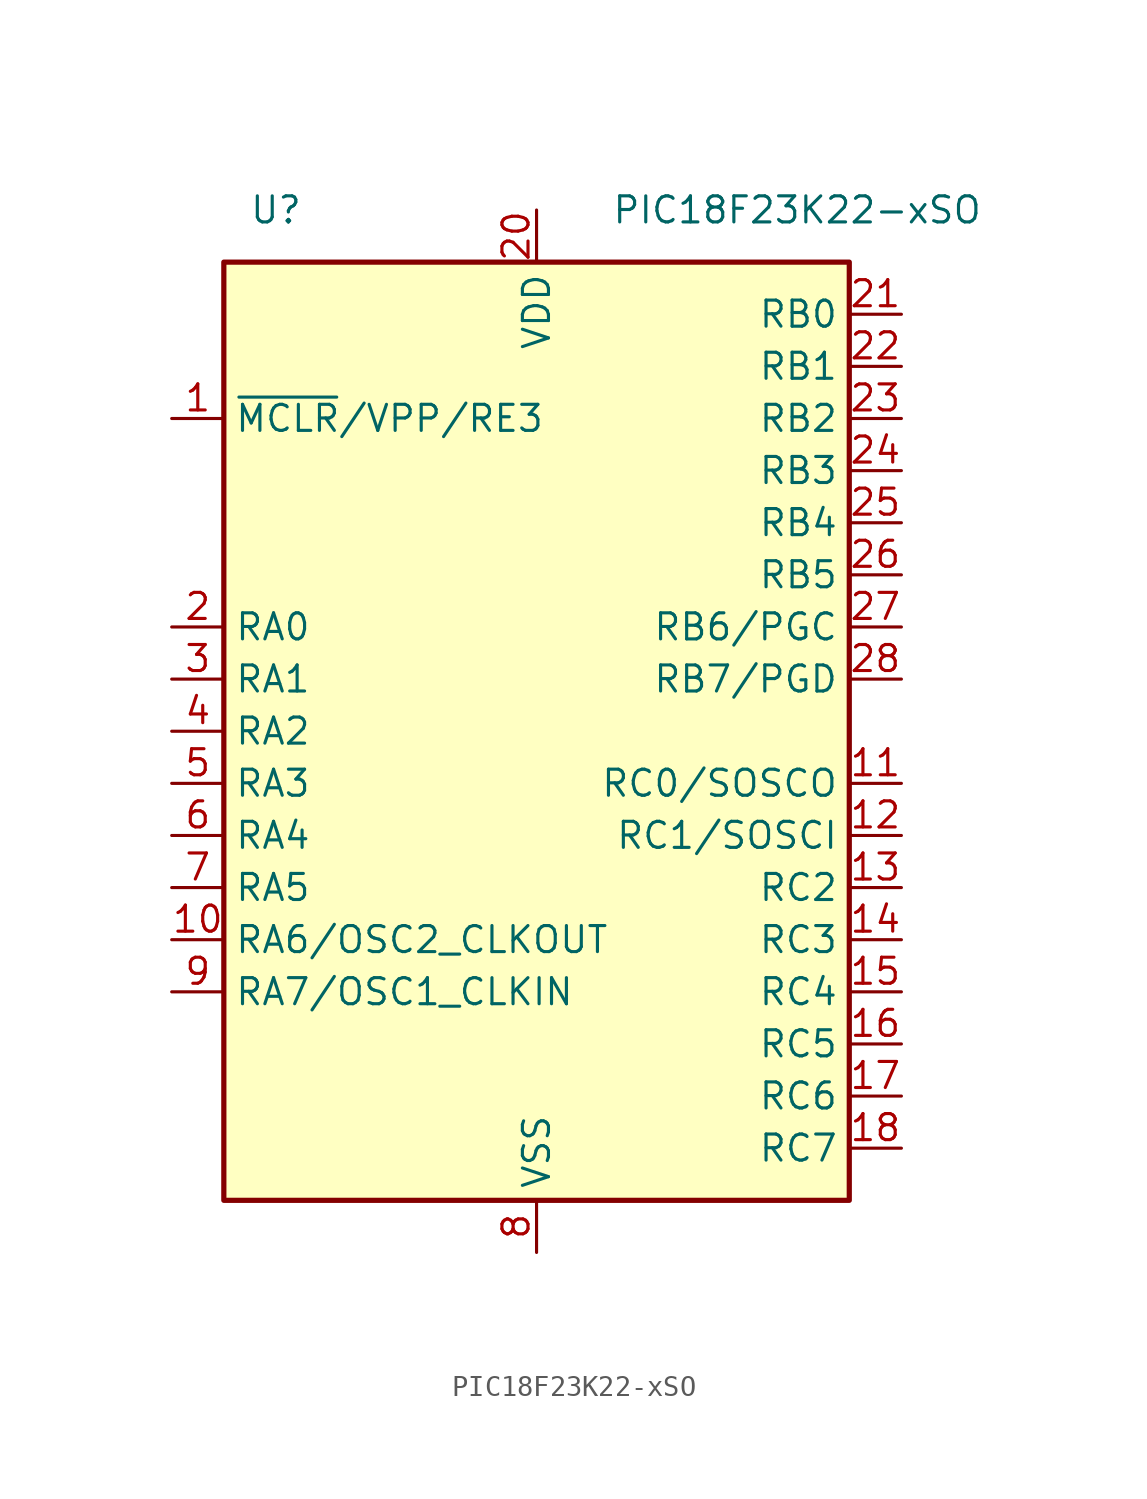
<source format=kicad_sym>
(kicad_symbol_lib
  (version 20220914)
  (generator kicad_symbol_editor)
  (symbol "PIC18F23K22-xSO"
    (property "Reference" "U"
      (at -12.7 25.4 0)
      (effects (font (size 1.27 1.27))))
    (property "Value" "PIC18F23K22-xSO"
      (at 12.7 25.4 0)
      (effects (font (size 1.27 1.27))))
    (symbol "PIC18F23K22-xSO_1_1"
      (rectangle (start -15.24 22.86) (end 15.24 -22.86) (stroke (width 0.254) (type default)) (fill (type background)))
      (pin input line (at -17.78 15.24 0) (length 2.54) (name "~{MCLR}/VPP/RE3" (effects (font (size 1.27 1.27)))) (number "1" (effects (font (size 1.27 1.27)))))
      (pin bidirectional line (at -17.78 -10.16 0) (length 2.54) (name "RA6/OSC2_CLKOUT" (effects (font (size 1.27 1.27)))) (number "10" (effects (font (size 1.27 1.27)))))
      (pin bidirectional line (at 17.78 -2.54 180) (length 2.54) (name "RC0/SOSCO" (effects (font (size 1.27 1.27)))) (number "11" (effects (font (size 1.27 1.27)))))
      (pin bidirectional line (at 17.78 -5.08 180) (length 2.54) (name "RC1/SOSCI" (effects (font (size 1.27 1.27)))) (number "12" (effects (font (size 1.27 1.27)))))
      (pin bidirectional line (at 17.78 -7.62 180) (length 2.54) (name "RC2" (effects (font (size 1.27 1.27)))) (number "13" (effects (font (size 1.27 1.27)))))
      (pin bidirectional line (at 17.78 -10.16 180) (length 2.54) (name "RC3" (effects (font (size 1.27 1.27)))) (number "14" (effects (font (size 1.27 1.27)))))
      (pin bidirectional line (at 17.78 -12.7 180) (length 2.54) (name "RC4" (effects (font (size 1.27 1.27)))) (number "15" (effects (font (size 1.27 1.27)))))
      (pin bidirectional line (at 17.78 -15.24 180) (length 2.54) (name "RC5" (effects (font (size 1.27 1.27)))) (number "16" (effects (font (size 1.27 1.27)))))
      (pin bidirectional line (at 17.78 -17.78 180) (length 2.54) (name "RC6" (effects (font (size 1.27 1.27)))) (number "17" (effects (font (size 1.27 1.27)))))
      (pin bidirectional line (at 17.78 -20.32 180) (length 2.54) (name "RC7" (effects (font (size 1.27 1.27)))) (number "18" (effects (font (size 1.27 1.27)))))
      (pin passive line (at 0 -25.4 90) (length 2.54) hide (name "VSS" (effects (font (size 1.27 1.27)))) (number "19" (effects (font (size 1.27 1.27)))))
      (pin bidirectional line (at -17.78 5.08 0) (length 2.54) (name "RA0" (effects (font (size 1.27 1.27)))) (number "2" (effects (font (size 1.27 1.27)))))
      (pin power_in line (at 0 25.4 270) (length 2.54) (name "VDD" (effects (font (size 1.27 1.27)))) (number "20" (effects (font (size 1.27 1.27)))))
      (pin bidirectional line (at 17.78 20.32 180) (length 2.54) (name "RB0" (effects (font (size 1.27 1.27)))) (number "21" (effects (font (size 1.27 1.27)))))
      (pin bidirectional line (at 17.78 17.78 180) (length 2.54) (name "RB1" (effects (font (size 1.27 1.27)))) (number "22" (effects (font (size 1.27 1.27)))))
      (pin bidirectional line (at 17.78 15.24 180) (length 2.54) (name "RB2" (effects (font (size 1.27 1.27)))) (number "23" (effects (font (size 1.27 1.27)))))
      (pin bidirectional line (at 17.78 12.7 180) (length 2.54) (name "RB3" (effects (font (size 1.27 1.27)))) (number "24" (effects (font (size 1.27 1.27)))))
      (pin bidirectional line (at 17.78 10.16 180) (length 2.54) (name "RB4" (effects (font (size 1.27 1.27)))) (number "25" (effects (font (size 1.27 1.27)))))
      (pin bidirectional line (at 17.78 7.62 180) (length 2.54) (name "RB5" (effects (font (size 1.27 1.27)))) (number "26" (effects (font (size 1.27 1.27)))))
      (pin bidirectional line (at 17.78 5.08 180) (length 2.54) (name "RB6/PGC" (effects (font (size 1.27 1.27)))) (number "27" (effects (font (size 1.27 1.27)))))
      (pin bidirectional line (at 17.78 2.54 180) (length 2.54) (name "RB7/PGD" (effects (font (size 1.27 1.27)))) (number "28" (effects (font (size 1.27 1.27)))))
      (pin bidirectional line (at -17.78 2.54 0) (length 2.54) (name "RA1" (effects (font (size 1.27 1.27)))) (number "3" (effects (font (size 1.27 1.27)))))
      (pin bidirectional line (at -17.78 0 0) (length 2.54) (name "RA2" (effects (font (size 1.27 1.27)))) (number "4" (effects (font (size 1.27 1.27)))))
      (pin bidirectional line (at -17.78 -2.54 0) (length 2.54) (name "RA3" (effects (font (size 1.27 1.27)))) (number "5" (effects (font (size 1.27 1.27)))))
      (pin bidirectional line (at -17.78 -5.08 0) (length 2.54) (name "RA4" (effects (font (size 1.27 1.27)))) (number "6" (effects (font (size 1.27 1.27)))))
      (pin bidirectional line (at -17.78 -7.62 0) (length 2.54) (name "RA5" (effects (font (size 1.27 1.27)))) (number "7" (effects (font (size 1.27 1.27)))))
      (pin power_in line (at 0 -25.4 90) (length 2.54) (name "VSS" (effects (font (size 1.27 1.27)))) (number "8" (effects (font (size 1.27 1.27)))))
      (pin bidirectional line (at -17.78 -12.7 0) (length 2.54) (name "RA7/OSC1_CLKIN" (effects (font (size 1.27 1.27)))) (number "9" (effects (font (size 1.27 1.27))))))))
</source>
